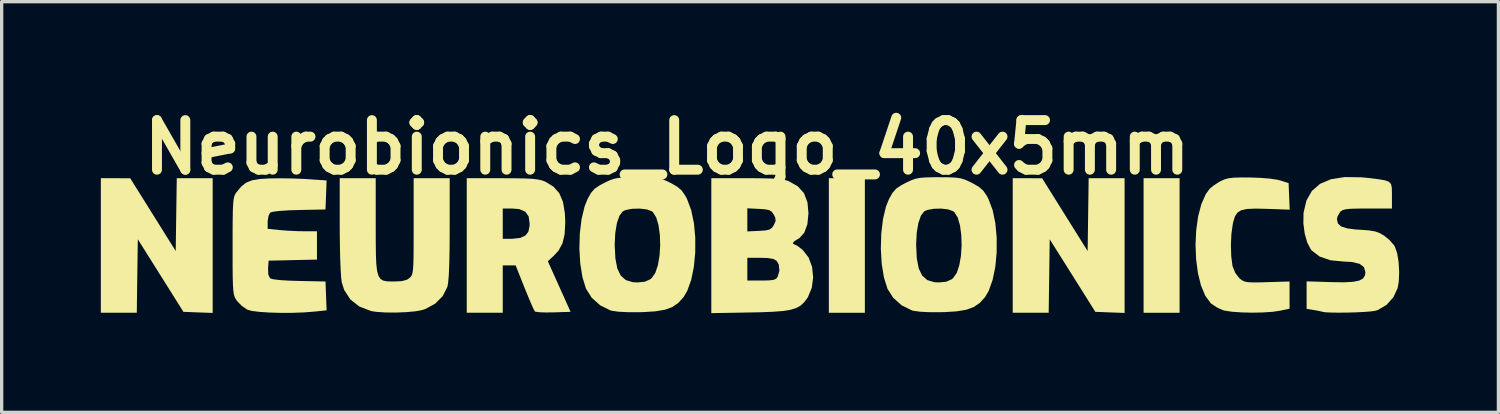
<source format=kicad_pcb>
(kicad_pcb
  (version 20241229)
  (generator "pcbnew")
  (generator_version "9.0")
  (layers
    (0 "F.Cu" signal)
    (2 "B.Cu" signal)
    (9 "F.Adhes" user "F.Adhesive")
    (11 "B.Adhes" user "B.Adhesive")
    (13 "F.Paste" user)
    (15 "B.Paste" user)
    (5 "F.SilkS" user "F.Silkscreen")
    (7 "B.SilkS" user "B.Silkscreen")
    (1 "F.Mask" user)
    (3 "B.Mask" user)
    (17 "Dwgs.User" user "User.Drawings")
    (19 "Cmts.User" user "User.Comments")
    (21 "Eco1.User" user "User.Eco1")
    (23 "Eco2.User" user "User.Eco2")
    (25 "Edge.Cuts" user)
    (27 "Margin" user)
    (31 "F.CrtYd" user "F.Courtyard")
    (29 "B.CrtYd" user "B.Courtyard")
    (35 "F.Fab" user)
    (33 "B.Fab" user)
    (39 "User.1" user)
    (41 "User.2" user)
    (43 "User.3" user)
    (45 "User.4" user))
  (footprint "Neurobionics_Logo_40x5mm"
    (layer "F.Cu")
    (at 19.666 3.944)
    (property "Reference" "Neurobionics_Logo_40x5mm" (at -2.54 -2.54 0) (layer "F.SilkS") (effects (font (size 1.5 1.5) (thickness 0.3))))
    (attr board_only exclude_from_pos_files exclude_from_bom)
    (fp_poly (pts (xy 3.44 0.43) (xy 3.44 2.465) (xy 2.895 2.465) (xy 2.351 2.465) (xy 2.351 0.43) (xy 2.351 -1.605) (xy 2.895 -1.605) (xy 3.44 -1.605)) (stroke (width 0) (type solid)) (fill yes) (layer "F.SilkS"))
    (fp_poly (pts (xy 12.958 0.43) (xy 12.958 2.465) (xy 12.413 2.465) (xy 11.869 2.465) (xy 11.869 0.43) (xy 11.869 -1.605) (xy 12.413 -1.605) (xy 12.958 -1.605)) (stroke (width 0) (type solid)) (fill yes) (layer "F.SilkS"))
    (fp_poly (pts (xy -16.284 0.432) (xy -16.284 2.47) (xy -16.726 2.454) (xy -17.169 2.437) (xy -17.859 1.339) (xy -18.548 0.242) (xy -18.564 1.354) (xy -18.579 2.465) (xy -19.123 2.465) (xy -19.666 2.465) (xy -19.666 0.43) (xy -19.666 -1.605) (xy -19.222 -1.604) (xy -18.778 -1.603) (xy -18.09 -0.503) (xy -17.402 0.597) (xy -17.386 -0.504) (xy -17.37 -1.605) (xy -16.827 -1.605) (xy -16.284 -1.605)) (stroke (width 0) (type solid)) (fill yes) (layer "F.SilkS"))
    (fp_poly (pts (xy 11.295 0.432) (xy 11.295 2.47) (xy 10.852 2.454) (xy 10.41 2.437) (xy 9.72 1.339) (xy 9.03 0.242) (xy 9.015 1.354) (xy 8.999 2.465) (xy 8.456 2.465) (xy 7.912 2.465) (xy 7.912 0.43) (xy 7.912 -1.605) (xy 8.357 -1.604) (xy 8.801 -1.603) (xy 9.489 -0.503) (xy 10.177 0.597) (xy 10.193 -0.504) (xy 10.208 -1.605) (xy 10.752 -1.605) (xy 11.295 -1.605)) (stroke (width 0) (type solid)) (fill yes) (layer "F.SilkS"))
    (fp_poly (pts (xy -11.353 -0.178) (xy -11.352 0.307) (xy -11.348 0.689) (xy -11.336 0.982) (xy -11.312 1.196) (xy -11.272 1.344) (xy -11.212 1.438) (xy -11.129 1.491) (xy -11.017 1.514) (xy -10.874 1.519) (xy -10.79 1.519) (xy -10.559 1.507) (xy -10.407 1.465) (xy -10.327 1.41) (xy -10.29 1.372) (xy -10.261 1.325) (xy -10.24 1.254) (xy -10.225 1.145) (xy -10.215 0.983) (xy -10.209 0.755) (xy -10.207 0.447) (xy -10.206 0.044) (xy -10.206 -0.152) (xy -10.206 -1.605) (xy -9.661 -1.605) (xy -9.116 -1.605) (xy -9.116 -0.078) (xy -9.119 0.496) (xy -9.128 0.958) (xy -9.142 1.309) (xy -9.163 1.553) (xy -9.186 1.681) (xy -9.327 1.961) (xy -9.558 2.192) (xy -9.857 2.353) (xy -9.929 2.377) (xy -10.142 2.419) (xy -10.429 2.446) (xy -10.752 2.459) (xy -11.07 2.456) (xy -11.344 2.437) (xy -11.496 2.412) (xy -11.849 2.276) (xy -12.121 2.062) (xy -12.306 1.776) (xy -12.38 1.547) (xy -12.398 1.402) (xy -12.414 1.16) (xy -12.427 0.84) (xy -12.436 0.46) (xy -12.441 0.039) (xy -12.442 -0.175) (xy -12.442 -1.605) (xy -11.897 -1.605) (xy -11.353 -1.605)) (stroke (width 0) (type solid)) (fill yes) (layer "F.SilkS"))
    (fp_poly (pts (xy -7.525 -1.604) (xy -7.134 -1.602) (xy -6.838 -1.597) (xy -6.619 -1.586) (xy -6.459 -1.568) (xy -6.338 -1.542) (xy -6.239 -1.506) (xy -6.221 -1.498) (xy -5.976 -1.348) (xy -5.801 -1.15) (xy -5.689 -0.886) (xy -5.632 -0.542) (xy -5.621 -0.271) (xy -5.64 0.088) (xy -5.704 0.365) (xy -5.825 0.586) (xy -5.967 0.74) (xy -6.148 0.906) (xy -5.804 1.671) (xy -5.46 2.437) (xy -5.979 2.453) (xy -6.213 2.456) (xy -6.403 2.449) (xy -6.519 2.434) (xy -6.541 2.425) (xy -6.578 2.357) (xy -6.647 2.204) (xy -6.738 1.988) (xy -6.843 1.732) (xy -6.853 1.706) (xy -7.122 1.032) (xy -7.316 1.032) (xy -7.511 1.032) (xy -7.511 1.749) (xy -7.511 2.465) (xy -8.056 2.465) (xy -8.6 2.465) (xy -8.6 0.43) (xy -8.6 -0.688) (xy -7.511 -0.688) (xy -7.511 -0.229) (xy -7.511 0.229) (xy -7.231 0.229) (xy -6.978 0.2) (xy -6.826 0.129) (xy -6.737 0.016) (xy -6.701 -0.154) (xy -6.698 -0.227) (xy -6.728 -0.449) (xy -6.831 -0.594) (xy -7.017 -0.671) (xy -7.231 -0.688) (xy -7.511 -0.688) (xy -8.6 -0.688) (xy -8.6 -1.605)) (stroke (width 0) (type solid)) (fill yes) (layer "F.SilkS"))
    (fp_poly (pts (xy 15.079 -1.627) (xy 15.406 -1.615) (xy 15.698 -1.591) (xy 15.923 -1.557) (xy 15.997 -1.538) (xy 16.255 -1.457) (xy 16.271 -1.055) (xy 16.288 -0.653) (xy 15.598 -0.678) (xy 15.25 -0.685) (xy 14.997 -0.674) (xy 14.822 -0.636) (xy 14.706 -0.563) (xy 14.632 -0.448) (xy 14.581 -0.282) (xy 14.569 -0.229) (xy 14.526 0.071) (xy 14.51 0.416) (xy 14.52 0.756) (xy 14.557 1.04) (xy 14.562 1.061) (xy 14.642 1.259) (xy 14.765 1.42) (xy 14.771 1.425) (xy 14.844 1.482) (xy 14.921 1.519) (xy 15.026 1.54) (xy 15.182 1.547) (xy 15.415 1.545) (xy 15.605 1.539) (xy 16.284 1.519) (xy 16.284 1.93) (xy 16.284 2.341) (xy 15.994 2.403) (xy 15.763 2.437) (xy 15.469 2.456) (xy 15.147 2.462) (xy 14.827 2.454) (xy 14.542 2.434) (xy 14.324 2.401) (xy 14.257 2.382) (xy 14.076 2.298) (xy 13.921 2.193) (xy 13.903 2.178) (xy 13.736 1.953) (xy 13.606 1.642) (xy 13.513 1.265) (xy 13.458 0.846) (xy 13.44 0.406) (xy 13.461 -0.033) (xy 13.519 -0.45) (xy 13.616 -0.821) (xy 13.752 -1.125) (xy 13.863 -1.28) (xy 13.976 -1.375) (xy 14.137 -1.481) (xy 14.191 -1.511) (xy 14.307 -1.566) (xy 14.43 -1.601) (xy 14.588 -1.62) (xy 14.807 -1.628)) (stroke (width 0) (type solid)) (fill yes) (layer "F.SilkS"))
    (fp_poly (pts (xy -13.885 -1.597) (xy -13.532 -1.583) (xy -13.43 -1.577) (xy -12.839 -1.537) (xy -12.855 -1.098) (xy -12.872 -0.659) (xy -13.671 -0.643) (xy -13.994 -0.633) (xy -14.26 -0.615) (xy -14.449 -0.592) (xy -14.543 -0.566) (xy -14.545 -0.565) (xy -14.595 -0.469) (xy -14.62 -0.316) (xy -14.621 -0.288) (xy -14.621 -0.074) (xy -14.268 -0.037) (xy -14.01 -0.017) (xy -13.715 -0.003) (xy -13.523 0) (xy -13.13 0) (xy -13.13 0.428) (xy -13.13 0.857) (xy -13.861 0.873) (xy -14.592 0.889) (xy -14.609 1.123) (xy -14.601 1.313) (xy -14.548 1.422) (xy -14.457 1.451) (xy -14.265 1.475) (xy -13.988 1.493) (xy -13.671 1.503) (xy -12.872 1.519) (xy -12.855 1.955) (xy -12.839 2.391) (xy -13.194 2.428) (xy -13.519 2.454) (xy -13.873 2.467) (xy -14.232 2.468) (xy -14.572 2.458) (xy -14.869 2.438) (xy -15.1 2.409) (xy -15.239 2.37) (xy -15.405 2.256) (xy -15.549 2.107) (xy -15.554 2.099) (xy -15.593 2.041) (xy -15.623 1.978) (xy -15.645 1.896) (xy -15.661 1.78) (xy -15.671 1.616) (xy -15.678 1.389) (xy -15.681 1.083) (xy -15.681 0.685) (xy -15.681 0.449) (xy -15.681 -0.002) (xy -15.679 -0.352) (xy -15.674 -0.617) (xy -15.666 -0.811) (xy -15.653 -0.948) (xy -15.634 -1.044) (xy -15.608 -1.111) (xy -15.575 -1.166) (xy -15.563 -1.182) (xy -15.419 -1.354) (xy -15.272 -1.47) (xy -15.094 -1.541) (xy -14.856 -1.58) (xy -14.575 -1.597) (xy -14.255 -1.602)) (stroke (width 0) (type solid)) (fill yes) (layer "F.SilkS"))
    (fp_poly (pts (xy 0.269 -1.603) (xy 0.581 -1.596) (xy 0.813 -1.582) (xy 0.98 -1.56) (xy 1.1 -1.53) (xy 1.132 -1.517) (xy 1.412 -1.359) (xy 1.6 -1.15) (xy 1.704 -0.875) (xy 1.734 -0.545) (xy 1.702 -0.214) (xy 1.609 0.041) (xy 1.46 0.208) (xy 1.402 0.241) (xy 1.297 0.308) (xy 1.26 0.37) (xy 1.306 0.401) (xy 1.317 0.401) (xy 1.39 0.436) (xy 1.51 0.525) (xy 1.569 0.575) (xy 1.74 0.796) (xy 1.844 1.08) (xy 1.876 1.395) (xy 1.835 1.71) (xy 1.717 1.993) (xy 1.698 2.023) (xy 1.602 2.15) (xy 1.495 2.249) (xy 1.36 2.323) (xy 1.183 2.377) (xy 0.947 2.413) (xy 0.637 2.436) (xy 0.237 2.451) (xy -0.043 2.456) (xy -1.204 2.476) (xy -1.204 0.803) (xy -0.115 0.803) (xy -0.115 1.147) (xy -0.115 1.491) (xy 0.313 1.491) (xy 0.54 1.486) (xy 0.679 1.47) (xy 0.758 1.434) (xy 0.801 1.38) (xy 0.856 1.191) (xy 0.836 1.005) (xy 0.77 0.893) (xy 0.669 0.838) (xy 0.491 0.809) (xy 0.283 0.803) (xy -0.115 0.803) (xy -1.204 0.803) (xy -1.204 0.435) (xy -1.204 -0.694) (xy -0.115 -0.694) (xy -0.115 -0.344) (xy -0.115 0.005) (xy 0.242 -0.012) (xy 0.443 -0.026) (xy 0.564 -0.055) (xy 0.638 -0.112) (xy 0.686 -0.186) (xy 0.742 -0.311) (xy 0.73 -0.413) (xy 0.686 -0.502) (xy 0.625 -0.59) (xy 0.545 -0.64) (xy 0.411 -0.665) (xy 0.242 -0.676) (xy -0.115 -0.694) (xy -1.204 -0.694) (xy -1.204 -1.605) (xy -0.141 -1.605)) (stroke (width 0) (type solid)) (fill yes) (layer "F.SilkS"))
    (fp_poly (pts (xy -3.144 -1.632) (xy -2.936 -1.623) (xy -2.781 -1.601) (xy -2.649 -1.561) (xy -2.508 -1.498) (xy -2.434 -1.461) (xy -2.232 -1.346) (xy -2.098 -1.231) (xy -1.992 -1.077) (xy -1.937 -0.973) (xy -1.812 -0.639) (xy -1.729 -0.242) (xy -1.689 0.194) (xy -1.69 0.643) (xy -1.732 1.078) (xy -1.813 1.474) (xy -1.933 1.806) (xy -2.044 1.993) (xy -2.2 2.165) (xy -2.38 2.29) (xy -2.606 2.373) (xy -2.9 2.422) (xy -3.281 2.446) (xy -3.354 2.447) (xy -3.714 2.448) (xy -4.008 2.433) (xy -4.215 2.404) (xy -4.258 2.392) (xy -4.564 2.24) (xy -4.821 2.011) (xy -4.993 1.738) (xy -5.1 1.394) (xy -5.167 0.981) (xy -5.194 0.529) (xy -5.19 0.396) (xy -4.126 0.396) (xy -4.126 0.419) (xy -4.105 0.823) (xy -4.046 1.128) (xy -3.943 1.342) (xy -3.789 1.476) (xy -3.579 1.54) (xy -3.44 1.548) (xy -3.219 1.527) (xy -3.057 1.456) (xy -3.008 1.417) (xy -2.899 1.263) (xy -2.82 1.029) (xy -2.77 0.742) (xy -2.75 0.427) (xy -2.76 0.112) (xy -2.8 -0.178) (xy -2.869 -0.416) (xy -2.969 -0.577) (xy -2.999 -0.602) (xy -3.151 -0.66) (xy -3.366 -0.686) (xy -3.596 -0.68) (xy -3.793 -0.643) (xy -3.881 -0.602) (xy -3.981 -0.472) (xy -4.059 -0.249) (xy -4.108 0.047) (xy -4.126 0.396) (xy -5.19 0.396) (xy -5.181 0.069) (xy -5.128 -0.367) (xy -5.037 -0.748) (xy -4.947 -0.975) (xy -4.841 -1.161) (xy -4.73 -1.288) (xy -4.572 -1.394) (xy -4.444 -1.462) (xy -4.286 -1.537) (xy -4.151 -1.586) (xy -4.007 -1.615) (xy -3.824 -1.629) (xy -3.57 -1.634) (xy -3.436 -1.634)) (stroke (width 0) (type solid)) (fill yes) (layer "F.SilkS"))
    (fp_poly (pts (xy 5.972 -1.632) (xy 6.18 -1.623) (xy 6.335 -1.601) (xy 6.468 -1.561) (xy 6.608 -1.498) (xy 6.683 -1.461) (xy 6.884 -1.346) (xy 7.018 -1.231) (xy 7.124 -1.077) (xy 7.179 -0.973) (xy 7.305 -0.639) (xy 7.387 -0.242) (xy 7.427 0.194) (xy 7.426 0.643) (xy 7.385 1.078) (xy 7.303 1.474) (xy 7.184 1.806) (xy 7.073 1.993) (xy 6.917 2.165) (xy 6.736 2.29) (xy 6.51 2.373) (xy 6.217 2.422) (xy 5.835 2.446) (xy 5.762 2.447) (xy 5.402 2.448) (xy 5.109 2.433) (xy 4.902 2.404) (xy 4.858 2.392) (xy 4.552 2.24) (xy 4.296 2.011) (xy 4.123 1.738) (xy 4.016 1.394) (xy 3.949 0.981) (xy 3.923 0.529) (xy 3.927 0.396) (xy 4.991 0.396) (xy 4.991 0.419) (xy 5.011 0.823) (xy 5.07 1.128) (xy 5.174 1.342) (xy 5.327 1.476) (xy 5.538 1.54) (xy 5.676 1.548) (xy 5.898 1.527) (xy 6.059 1.456) (xy 6.109 1.417) (xy 6.217 1.263) (xy 6.296 1.029) (xy 6.346 0.742) (xy 6.366 0.427) (xy 6.356 0.112) (xy 6.317 -0.178) (xy 6.247 -0.416) (xy 6.148 -0.577) (xy 6.117 -0.602) (xy 5.966 -0.66) (xy 5.751 -0.686) (xy 5.521 -0.68) (xy 5.323 -0.643) (xy 5.235 -0.602) (xy 5.135 -0.472) (xy 5.058 -0.249) (xy 5.008 0.047) (xy 4.991 0.396) (xy 3.927 0.396) (xy 3.936 0.069) (xy 3.988 -0.367) (xy 4.079 -0.748) (xy 4.17 -0.975) (xy 4.275 -1.161) (xy 4.387 -1.288) (xy 4.544 -1.394) (xy 4.673 -1.462) (xy 4.83 -1.537) (xy 4.965 -1.586) (xy 5.109 -1.615) (xy 5.293 -1.629) (xy 5.547 -1.634) (xy 5.68 -1.634)) (stroke (width 0) (type solid)) (fill yes) (layer "F.SilkS"))
    (fp_poly (pts (xy 18.456 -1.632) (xy 18.68 -1.61) (xy 18.971 -1.574) (xy 19.168 -1.541) (xy 19.289 -1.497) (xy 19.352 -1.428) (xy 19.376 -1.32) (xy 19.38 -1.158) (xy 19.38 -1.083) (xy 19.38 -0.688) (xy 18.643 -0.688) (xy 18.333 -0.686) (xy 18.117 -0.679) (xy 17.974 -0.663) (xy 17.884 -0.637) (xy 17.825 -0.597) (xy 17.812 -0.583) (xy 17.737 -0.454) (xy 17.717 -0.363) (xy 17.746 -0.236) (xy 17.842 -0.146) (xy 18.02 -0.088) (xy 18.292 -0.053) (xy 18.415 -0.046) (xy 18.679 -0.027) (xy 18.864 0.003) (xy 19.008 0.054) (xy 19.144 0.133) (xy 19.308 0.267) (xy 19.442 0.421) (xy 19.473 0.473) (xy 19.54 0.672) (xy 19.583 0.941) (xy 19.599 1.239) (xy 19.587 1.524) (xy 19.553 1.717) (xy 19.426 1.993) (xy 19.22 2.223) (xy 18.964 2.377) (xy 18.89 2.402) (xy 18.761 2.422) (xy 18.553 2.439) (xy 18.294 2.452) (xy 18.015 2.46) (xy 17.745 2.462) (xy 17.512 2.458) (xy 17.345 2.448) (xy 17.287 2.437) (xy 17.196 2.415) (xy 17.046 2.387) (xy 17.015 2.382) (xy 16.8 2.346) (xy 16.8 1.93) (xy 16.8 1.515) (xy 17.545 1.538) (xy 17.923 1.544) (xy 18.2 1.529) (xy 18.391 1.492) (xy 18.508 1.427) (xy 18.566 1.331) (xy 18.577 1.235) (xy 18.534 1.086) (xy 18.402 0.985) (xy 18.174 0.93) (xy 17.919 0.916) (xy 17.517 0.877) (xy 17.194 0.765) (xy 16.956 0.583) (xy 16.927 0.548) (xy 16.821 0.348) (xy 16.743 0.074) (xy 16.702 -0.234) (xy 16.706 -0.537) (xy 16.709 -0.566) (xy 16.795 -0.932) (xy 16.961 -1.221) (xy 17.208 -1.435) (xy 17.538 -1.574) (xy 17.953 -1.639)) (stroke (width 0) (type solid)) (fill yes) (layer "F.SilkS")))
  (gr_rect
    (start -3 -3)
    (end 42.266 9.42)
    (stroke (width 0.1) (type default))
    (fill no)
    (layer "Edge.Cuts")))
</source>
